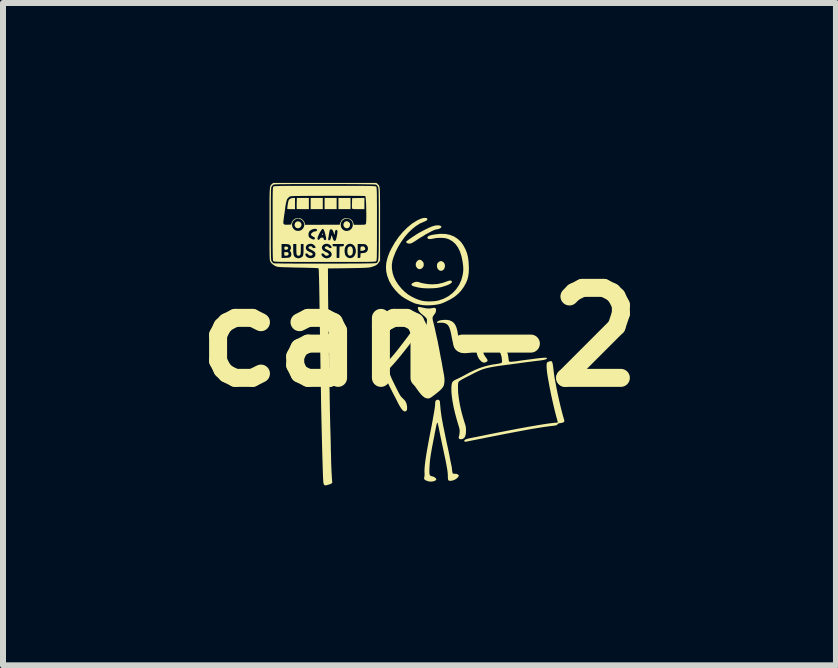
<source format=kicad_pcb>
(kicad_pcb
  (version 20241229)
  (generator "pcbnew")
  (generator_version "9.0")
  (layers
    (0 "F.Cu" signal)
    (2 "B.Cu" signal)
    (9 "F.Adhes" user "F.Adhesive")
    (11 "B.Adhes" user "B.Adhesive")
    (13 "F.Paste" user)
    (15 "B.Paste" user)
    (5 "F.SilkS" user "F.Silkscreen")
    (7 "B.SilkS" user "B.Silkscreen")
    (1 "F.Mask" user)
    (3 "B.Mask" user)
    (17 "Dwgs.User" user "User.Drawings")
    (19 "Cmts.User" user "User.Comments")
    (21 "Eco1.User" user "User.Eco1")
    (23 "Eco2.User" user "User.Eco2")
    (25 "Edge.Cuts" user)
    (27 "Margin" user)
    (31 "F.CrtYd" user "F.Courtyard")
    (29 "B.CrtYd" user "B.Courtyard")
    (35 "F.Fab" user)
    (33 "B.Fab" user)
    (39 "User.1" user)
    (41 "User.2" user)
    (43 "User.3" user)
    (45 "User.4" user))
  (footprint "can-2"
    (layer "F.Cu")
    (at 3.943 2.571)
    (property "Reference" "can-2" (at 0 0 0) (layer "F.SilkS") (effects (font (size 1.5 1.5) (thickness 0.3))))
    (attr board_only exclude_from_pos_files exclude_from_bom)
    (fp_poly (pts (xy -1.614 -1.726) (xy -1.612 -1.717) (xy -1.615 -1.705) (xy -1.62 -1.702) (xy -1.626 -1.708) (xy -1.627 -1.713) (xy -1.623 -1.725) (xy -1.62 -1.728)) (stroke (width 0) (type solid)) (fill yes) (layer "F.SilkS"))
    (fp_poly (pts (xy -1.612 -2.228) (xy -1.612 -2.135) (xy -1.713 -2.135) (xy -1.814 -2.135) (xy -1.814 -2.228) (xy -1.814 -2.321) (xy -1.713 -2.321) (xy -1.612 -2.321)) (stroke (width 0) (type solid)) (fill yes) (layer "F.SilkS"))
    (fp_poly (pts (xy -1.381 -2.228) (xy -1.381 -2.135) (xy -1.482 -2.135) (xy -1.582 -2.135) (xy -1.582 -2.228) (xy -1.582 -2.321) (xy -1.482 -2.321) (xy -1.381 -2.321)) (stroke (width 0) (type solid)) (fill yes) (layer "F.SilkS"))
    (fp_poly (pts (xy -1.149 -2.228) (xy -1.149 -2.135) (xy -1.25 -2.135) (xy -1.351 -2.135) (xy -1.351 -2.228) (xy -1.351 -2.321) (xy -1.25 -2.321) (xy -1.149 -2.321)) (stroke (width 0) (type solid)) (fill yes) (layer "F.SilkS"))
    (fp_poly (pts (xy -2.202 -1.507) (xy -2.19 -1.495) (xy -2.188 -1.481) (xy -2.197 -1.467) (xy -2.216 -1.458) (xy -2.223 -1.457) (xy -2.244 -1.459) (xy -2.251 -1.466) (xy -2.253 -1.482) (xy -2.253 -1.494) (xy -2.248 -1.506) (xy -2.236 -1.511) (xy -2.225 -1.511)) (stroke (width 0) (type solid)) (fill yes) (layer "F.SilkS"))
    (fp_poly (pts (xy -2.199 -1.417) (xy -2.189 -1.412) (xy -2.183 -1.402) (xy -2.183 -1.399) (xy -2.183 -1.378) (xy -2.195 -1.364) (xy -2.22 -1.359) (xy -2.225 -1.358) (xy -2.244 -1.359) (xy -2.252 -1.364) (xy -2.254 -1.378) (xy -2.254 -1.388) (xy -2.254 -1.418) (xy -2.221 -1.418)) (stroke (width 0) (type solid)) (fill yes) (layer "F.SilkS"))
    (fp_poly (pts (xy -0.933 -1.513) (xy -0.919 -1.505) (xy -0.915 -1.499) (xy -0.906 -1.483) (xy -0.903 -1.473) (xy -0.91 -1.457) (xy -0.928 -1.446) (xy -0.953 -1.441) (xy -0.956 -1.441) (xy -0.986 -1.441) (xy -0.984 -1.476) (xy -0.982 -1.497) (xy -0.977 -1.508) (xy -0.967 -1.512) (xy -0.954 -1.514)) (stroke (width 0) (type solid)) (fill yes) (layer "F.SilkS"))
    (fp_poly (pts (xy -0.918 -2.228) (xy -0.918 -2.135) (xy -1.019 -2.135) (xy -1.063 -2.135) (xy -1.093 -2.136) (xy -1.112 -2.139) (xy -1.122 -2.142) (xy -1.124 -2.145) (xy -1.125 -2.156) (xy -1.126 -2.178) (xy -1.126 -2.209) (xy -1.125 -2.236) (xy -1.123 -2.318) (xy -1.021 -2.32) (xy -0.918 -2.322)) (stroke (width 0) (type solid)) (fill yes) (layer "F.SilkS"))
    (fp_poly (pts (xy -1.99 -1.92) (xy -1.974 -1.902) (xy -1.967 -1.879) (xy -1.971 -1.855) (xy -1.985 -1.833) (xy -1.994 -1.826) (xy -2.015 -1.816) (xy -2.037 -1.817) (xy -2.05 -1.821) (xy -2.07 -1.836) (xy -2.081 -1.858) (xy -2.081 -1.882) (xy -2.073 -1.905) (xy -2.056 -1.923) (xy -2.04 -1.929) (xy -2.012 -1.93)) (stroke (width 0) (type solid)) (fill yes) (layer "F.SilkS"))
    (fp_poly (pts (xy -1.844 -2.228) (xy -1.844 -2.135) (xy -1.943 -2.135) (xy -1.98 -2.135) (xy -2.011 -2.136) (xy -2.034 -2.136) (xy -2.045 -2.138) (xy -2.046 -2.138) (xy -2.047 -2.146) (xy -2.047 -2.166) (xy -2.047 -2.195) (xy -2.047 -2.23) (xy -2.047 -2.231) (xy -2.044 -2.321) (xy -1.944 -2.321) (xy -1.844 -2.321)) (stroke (width 0) (type solid)) (fill yes) (layer "F.SilkS"))
    (fp_poly (pts (xy -1.195 -1.929) (xy -1.177 -1.918) (xy -1.177 -1.918) (xy -1.162 -1.902) (xy -1.157 -1.881) (xy -1.157 -1.873) (xy -1.163 -1.846) (xy -1.178 -1.826) (xy -1.2 -1.816) (xy -1.225 -1.817) (xy -1.248 -1.83) (xy -1.251 -1.832) (xy -1.265 -1.855) (xy -1.268 -1.881) (xy -1.261 -1.904) (xy -1.245 -1.923) (xy -1.221 -1.933) (xy -1.213 -1.933)) (stroke (width 0) (type solid)) (fill yes) (layer "F.SilkS"))
    (fp_poly (pts (xy 0.026 -1.285) (xy 0.047 -1.268) (xy 0.064 -1.247) (xy 0.07 -1.229) (xy 0.071 -1.197) (xy 0.061 -1.17) (xy 0.044 -1.15) (xy 0.021 -1.137) (xy -0.003 -1.134) (xy -0.027 -1.142) (xy -0.04 -1.153) (xy -0.054 -1.174) (xy -0.062 -1.195) (xy -0.062 -1.224) (xy -0.052 -1.252) (xy -0.033 -1.275) (xy -0.01 -1.289) (xy 0.005 -1.291)) (stroke (width 0) (type solid)) (fill yes) (layer "F.SilkS"))
    (fp_poly (pts (xy 0.391 -1.257) (xy 0.404 -1.246) (xy 0.42 -1.221) (xy 0.425 -1.193) (xy 0.422 -1.165) (xy 0.412 -1.14) (xy 0.395 -1.12) (xy 0.374 -1.108) (xy 0.35 -1.107) (xy 0.332 -1.113) (xy 0.307 -1.134) (xy 0.294 -1.162) (xy 0.291 -1.189) (xy 0.293 -1.214) (xy 0.3 -1.232) (xy 0.313 -1.247) (xy 0.339 -1.265) (xy 0.365 -1.269)) (stroke (width 0) (type solid)) (fill yes) (layer "F.SilkS"))
    (fp_poly (pts (xy -2.075 -2.228) (xy -2.075 -2.135) (xy -2.137 -2.135) (xy -2.166 -2.135) (xy -2.189 -2.136) (xy -2.202 -2.138) (xy -2.203 -2.139) (xy -2.204 -2.147) (xy -2.202 -2.166) (xy -2.199 -2.192) (xy -2.195 -2.22) (xy -2.19 -2.247) (xy -2.185 -2.269) (xy -2.183 -2.276) (xy -2.169 -2.298) (xy -2.144 -2.314) (xy -2.113 -2.321) (xy -2.108 -2.321) (xy -2.075 -2.321)) (stroke (width 0) (type solid)) (fill yes) (layer "F.SilkS"))
    (fp_poly (pts (xy -1.144 -1.513) (xy -1.125 -1.5) (xy -1.123 -1.496) (xy -1.114 -1.473) (xy -1.11 -1.443) (xy -1.112 -1.411) (xy -1.119 -1.384) (xy -1.123 -1.377) (xy -1.14 -1.362) (xy -1.161 -1.358) (xy -1.182 -1.366) (xy -1.19 -1.375) (xy -1.198 -1.396) (xy -1.202 -1.424) (xy -1.201 -1.454) (xy -1.197 -1.481) (xy -1.187 -1.5) (xy -1.187 -1.5) (xy -1.166 -1.513)) (stroke (width 0) (type solid)) (fill yes) (layer "F.SilkS"))
    (fp_poly (pts (xy 0.531 -0.94) (xy 0.541 -0.928) (xy 0.539 -0.913) (xy 0.523 -0.898) (xy 0.496 -0.881) (xy 0.459 -0.865) (xy 0.412 -0.849) (xy 0.359 -0.834) (xy 0.336 -0.829) (xy 0.286 -0.82) (xy 0.226 -0.816) (xy 0.161 -0.814) (xy 0.096 -0.815) (xy 0.035 -0.82) (xy -0.016 -0.828) (xy -0.019 -0.828) (xy -0.064 -0.839) (xy -0.097 -0.848) (xy -0.118 -0.857) (xy -0.13 -0.866) (xy -0.134 -0.876) (xy -0.134 -0.877) (xy -0.129 -0.891) (xy -0.111 -0.904) (xy -0.102 -0.909) (xy -0.068 -0.922) (xy -0.038 -0.924) (xy -0.004 -0.916) (xy -0.002 -0.915) (xy 0.035 -0.903) (xy 0.082 -0.894) (xy 0.134 -0.886) (xy 0.186 -0.882) (xy 0.219 -0.881) (xy 0.307 -0.887) (xy 0.39 -0.906) (xy 0.446 -0.926) (xy 0.485 -0.94) (xy 0.513 -0.945)) (stroke (width 0) (type solid)) (fill yes) (layer "F.SilkS"))
    (fp_poly (pts (xy 0.333 -1.863) (xy 0.354 -1.855) (xy 0.365 -1.841) (xy 0.366 -1.836) (xy 0.359 -1.826) (xy 0.344 -1.815) (xy 0.324 -1.805) (xy 0.304 -1.8) (xy 0.298 -1.799) (xy 0.272 -1.795) (xy 0.237 -1.782) (xy 0.197 -1.764) (xy 0.194 -1.762) (xy 0.144 -1.735) (xy 0.105 -1.714) (xy 0.079 -1.698) (xy 0.067 -1.69) (xy 0.055 -1.681) (xy 0.05 -1.679) (xy 0.042 -1.675) (xy 0.025 -1.665) (xy -0.001 -1.649) (xy -0.032 -1.629) (xy -0.045 -1.62) (xy -0.082 -1.596) (xy -0.11 -1.579) (xy -0.13 -1.568) (xy -0.146 -1.563) (xy -0.161 -1.56) (xy -0.168 -1.56) (xy -0.195 -1.563) (xy -0.212 -1.572) (xy -0.213 -1.572) (xy -0.221 -1.585) (xy -0.222 -1.593) (xy -0.214 -1.6) (xy -0.195 -1.615) (xy -0.166 -1.636) (xy -0.128 -1.662) (xy -0.081 -1.693) (xy -0.043 -1.718) (xy -0.01 -1.738) (xy 0.031 -1.76) (xy 0.076 -1.784) (xy 0.122 -1.807) (xy 0.164 -1.827) (xy 0.201 -1.843) (xy 0.225 -1.851) (xy 0.266 -1.862) (xy 0.302 -1.865)) (stroke (width 0) (type solid)) (fill yes) (layer "F.SilkS"))
    (fp_poly (pts (xy 0.034 -0.241) (xy 0.052 -0.225) (xy 0.06 -0.202) (xy 0.06 -0.201) (xy 0.055 -0.188) (xy 0.042 -0.165) (xy 0.022 -0.134) (xy -0.005 -0.095) (xy -0.038 -0.049) (xy -0.075 0.001) (xy -0.115 0.055) (xy -0.158 0.111) (xy -0.202 0.168) (xy -0.247 0.225) (xy -0.291 0.28) (xy -0.333 0.332) (xy -0.373 0.38) (xy -0.409 0.422) (xy -0.441 0.458) (xy -0.453 0.471) (xy -0.479 0.499) (xy -0.499 0.524) (xy -0.512 0.542) (xy -0.515 0.55) (xy -0.512 0.566) (xy -0.503 0.593) (xy -0.489 0.629) (xy -0.472 0.67) (xy -0.451 0.716) (xy -0.429 0.762) (xy -0.423 0.775) (xy -0.393 0.835) (xy -0.369 0.882) (xy -0.35 0.92) (xy -0.334 0.949) (xy -0.321 0.971) (xy -0.31 0.987) (xy -0.299 1) (xy -0.288 1.011) (xy -0.277 1.021) (xy -0.24 1.06) (xy -0.217 1.104) (xy -0.207 1.155) (xy -0.206 1.171) (xy -0.207 1.198) (xy -0.209 1.215) (xy -0.216 1.225) (xy -0.22 1.228) (xy -0.238 1.238) (xy -0.256 1.236) (xy -0.276 1.222) (xy -0.287 1.211) (xy -0.302 1.192) (xy -0.32 1.164) (xy -0.339 1.132) (xy -0.35 1.112) (xy -0.364 1.084) (xy -0.383 1.047) (xy -0.406 1.001) (xy -0.432 0.952) (xy -0.458 0.902) (xy -0.468 0.881) (xy -0.493 0.832) (xy -0.516 0.785) (xy -0.538 0.742) (xy -0.555 0.705) (xy -0.567 0.678) (xy -0.571 0.668) (xy -0.585 0.632) (xy -0.597 0.596) (xy -0.609 0.562) (xy -0.618 0.534) (xy -0.624 0.513) (xy -0.626 0.504) (xy -0.626 0.503) (xy -0.62 0.498) (xy -0.606 0.483) (xy -0.585 0.461) (xy -0.559 0.435) (xy -0.545 0.42) (xy -0.5 0.372) (xy -0.451 0.317) (xy -0.397 0.252) (xy -0.338 0.178) (xy -0.273 0.093) (xy -0.201 -0.002) (xy -0.122 -0.109) (xy -0.069 -0.182) (xy -0.048 -0.211) (xy -0.033 -0.229) (xy -0.022 -0.24) (xy -0.012 -0.245) (xy 0.00049 -0.246) (xy 0.007 -0.246)) (stroke (width 0) (type solid)) (fill yes) (layer "F.SilkS"))
    (fp_poly (pts (xy 0.005 -0.503) (xy 0.036 -0.496) (xy 0.048 -0.494) (xy 0.111 -0.481) (xy 0.166 -0.478) (xy 0.215 -0.485) (xy 0.221 -0.486) (xy 0.249 -0.49) (xy 0.266 -0.484) (xy 0.275 -0.467) (xy 0.276 -0.45) (xy 0.274 -0.428) (xy 0.266 -0.406) (xy 0.25 -0.382) (xy 0.237 -0.364) (xy 0.226 -0.349) (xy 0.22 -0.333) (xy 0.218 -0.314) (xy 0.221 -0.289) (xy 0.229 -0.254) (xy 0.234 -0.235) (xy 0.241 -0.209) (xy 0.249 -0.173) (xy 0.259 -0.134) (xy 0.265 -0.104) (xy 0.273 -0.067) (xy 0.281 -0.032) (xy 0.287 -0.004) (xy 0.291 0.011) (xy 0.297 0.04) (xy 0.306 0.081) (xy 0.315 0.13) (xy 0.326 0.183) (xy 0.336 0.238) (xy 0.343 0.276) (xy 0.35 0.314) (xy 0.357 0.35) (xy 0.363 0.38) (xy 0.366 0.396) (xy 0.37 0.416) (xy 0.376 0.448) (xy 0.382 0.485) (xy 0.388 0.519) (xy 0.395 0.558) (xy 0.402 0.595) (xy 0.408 0.626) (xy 0.411 0.644) (xy 0.417 0.697) (xy 0.416 0.749) (xy 0.408 0.794) (xy 0.406 0.803) (xy 0.395 0.826) (xy 0.379 0.849) (xy 0.355 0.875) (xy 0.322 0.905) (xy 0.279 0.94) (xy 0.244 0.967) (xy 0.212 0.991) (xy 0.189 1.007) (xy 0.172 1.016) (xy 0.157 1.021) (xy 0.143 1.022) (xy 0.14 1.022) (xy 0.103 1.015) (xy 0.082 1.004) (xy 0.06 0.987) (xy 0.037 0.966) (xy 0.033 0.962) (xy 0.015 0.941) (xy -0.008 0.912) (xy -0.034 0.877) (xy -0.06 0.84) (xy -0.085 0.804) (xy -0.106 0.771) (xy -0.122 0.745) (xy -0.129 0.732) (xy -0.136 0.716) (xy -0.139 0.701) (xy -0.139 0.685) (xy -0.134 0.665) (xy -0.125 0.639) (xy -0.11 0.604) (xy -0.093 0.567) (xy -0.079 0.535) (xy -0.066 0.506) (xy -0.056 0.484) (xy -0.052 0.474) (xy -0.046 0.457) (xy -0.036 0.429) (xy -0.025 0.393) (xy -0.012 0.353) (xy 0.001 0.311) (xy 0.013 0.27) (xy 0.023 0.235) (xy 0.025 0.228) (xy 0.042 0.162) (xy 0.059 0.094) (xy 0.074 0.026) (xy 0.088 -0.041) (xy 0.1 -0.104) (xy 0.11 -0.162) (xy 0.118 -0.213) (xy 0.123 -0.255) (xy 0.124 -0.285) (xy 0.123 -0.3) (xy 0.113 -0.318) (xy 0.089 -0.342) (xy 0.069 -0.359) (xy 0.034 -0.388) (xy 0.009 -0.411) (xy -0.007 -0.431) (xy -0.018 -0.451) (xy -0.023 -0.466) (xy -0.027 -0.486) (xy -0.025 -0.499) (xy -0.015 -0.504)) (stroke (width 0) (type solid)) (fill yes) (layer "F.SilkS"))
    (fp_poly (pts (xy 2.206 0.405) (xy 2.214 0.419) (xy 2.22 0.442) (xy 2.226 0.477) (xy 2.232 0.524) (xy 2.233 0.531) (xy 2.238 0.577) (xy 2.244 0.622) (xy 2.25 0.663) (xy 2.255 0.694) (xy 2.257 0.702) (xy 2.264 0.738) (xy 2.272 0.78) (xy 2.279 0.819) (xy 2.279 0.821) (xy 2.29 0.877) (xy 2.303 0.941) (xy 2.318 1.008) (xy 2.333 1.076) (xy 2.349 1.144) (xy 2.365 1.208) (xy 2.38 1.265) (xy 2.393 1.314) (xy 2.404 1.352) (xy 2.407 1.36) (xy 2.413 1.383) (xy 2.415 1.401) (xy 2.414 1.406) (xy 2.403 1.417) (xy 2.381 1.427) (xy 2.355 1.432) (xy 2.34 1.433) (xy 2.317 1.438) (xy 2.304 1.451) (xy 2.288 1.466) (xy 2.264 1.473) (xy 2.26 1.473) (xy 2.238 1.476) (xy 2.207 1.48) (xy 2.171 1.484) (xy 2.157 1.486) (xy 2.119 1.491) (xy 2.069 1.498) (xy 2.011 1.507) (xy 1.946 1.518) (xy 1.878 1.529) (xy 1.81 1.541) (xy 1.745 1.553) (xy 1.685 1.564) (xy 1.633 1.574) (xy 1.627 1.575) (xy 1.606 1.579) (xy 1.574 1.585) (xy 1.538 1.592) (xy 1.511 1.597) (xy 1.487 1.602) (xy 1.452 1.608) (xy 1.408 1.617) (xy 1.356 1.627) (xy 1.298 1.639) (xy 1.236 1.651) (xy 1.172 1.663) (xy 1.107 1.676) (xy 1.044 1.689) (xy 0.983 1.701) (xy 0.927 1.712) (xy 0.877 1.722) (xy 0.835 1.73) (xy 0.803 1.737) (xy 0.783 1.741) (xy 0.776 1.742) (xy 0.76 1.743) (xy 0.756 1.742) (xy 0.748 1.732) (xy 0.746 1.724) (xy 0.754 1.713) (xy 0.775 1.702) (xy 0.809 1.691) (xy 0.854 1.681) (xy 0.855 1.681) (xy 0.876 1.677) (xy 0.909 1.67) (xy 0.947 1.663) (xy 0.987 1.655) (xy 0.989 1.654) (xy 1.032 1.646) (xy 1.075 1.637) (xy 1.114 1.629) (xy 1.142 1.623) (xy 1.219 1.608) (xy 1.302 1.591) (xy 1.388 1.575) (xy 1.473 1.558) (xy 1.557 1.542) (xy 1.635 1.527) (xy 1.705 1.514) (xy 1.766 1.503) (xy 1.803 1.496) (xy 1.909 1.478) (xy 2.003 1.462) (xy 2.085 1.449) (xy 2.154 1.439) (xy 2.209 1.432) (xy 2.251 1.427) (xy 2.279 1.426) (xy 2.279 1.426) (xy 2.298 1.425) (xy 2.305 1.421) (xy 2.304 1.411) (xy 2.304 1.409) (xy 2.3 1.395) (xy 2.294 1.371) (xy 2.285 1.339) (xy 2.276 1.306) (xy 2.249 1.2) (xy 2.222 1.084) (xy 2.195 0.961) (xy 2.17 0.838) (xy 2.148 0.717) (xy 2.135 0.642) (xy 2.127 0.588) (xy 2.122 0.538) (xy 2.119 0.495) (xy 2.119 0.459) (xy 2.122 0.434) (xy 2.126 0.423) (xy 2.138 0.415) (xy 2.158 0.406) (xy 2.165 0.404) (xy 2.183 0.399) (xy 2.196 0.399)) (stroke (width 0) (type solid)) (fill yes) (layer "F.SilkS"))
    (fp_poly (pts (xy 0.12 -1.984) (xy 0.13 -1.976) (xy 0.132 -1.961) (xy 0.12 -1.946) (xy 0.094 -1.932) (xy 0.072 -1.923) (xy 0.007 -1.895) (xy -0.059 -1.853) (xy -0.125 -1.8) (xy -0.189 -1.738) (xy -0.249 -1.667) (xy -0.305 -1.589) (xy -0.355 -1.507) (xy -0.398 -1.422) (xy -0.432 -1.335) (xy -0.451 -1.272) (xy -0.461 -1.208) (xy -0.459 -1.138) (xy -0.447 -1.068) (xy -0.428 -1.007) (xy -0.396 -0.941) (xy -0.353 -0.875) (xy -0.302 -0.812) (xy -0.245 -0.755) (xy -0.188 -0.71) (xy -0.135 -0.678) (xy -0.076 -0.648) (xy -0.016 -0.624) (xy 0.034 -0.609) (xy 0.083 -0.6) (xy 0.14 -0.596) (xy 0.201 -0.597) (xy 0.26 -0.601) (xy 0.311 -0.61) (xy 0.316 -0.611) (xy 0.403 -0.641) (xy 0.482 -0.683) (xy 0.551 -0.735) (xy 0.611 -0.798) (xy 0.659 -0.869) (xy 0.696 -0.949) (xy 0.716 -1.02) (xy 0.725 -1.065) (xy 0.73 -1.107) (xy 0.73 -1.15) (xy 0.727 -1.198) (xy 0.72 -1.252) (xy 0.701 -1.346) (xy 0.675 -1.428) (xy 0.64 -1.498) (xy 0.598 -1.555) (xy 0.547 -1.6) (xy 0.488 -1.633) (xy 0.456 -1.644) (xy 0.418 -1.652) (xy 0.371 -1.656) (xy 0.321 -1.656) (xy 0.272 -1.652) (xy 0.243 -1.646) (xy 0.197 -1.637) (xy 0.164 -1.635) (xy 0.143 -1.641) (xy 0.135 -1.649) (xy 0.131 -1.664) (xy 0.139 -1.676) (xy 0.149 -1.684) (xy 0.162 -1.691) (xy 0.18 -1.697) (xy 0.206 -1.704) (xy 0.244 -1.711) (xy 0.257 -1.713) (xy 0.347 -1.723) (xy 0.43 -1.721) (xy 0.507 -1.706) (xy 0.577 -1.678) (xy 0.638 -1.638) (xy 0.692 -1.587) (xy 0.732 -1.53) (xy 0.766 -1.466) (xy 0.792 -1.401) (xy 0.809 -1.332) (xy 0.819 -1.256) (xy 0.823 -1.169) (xy 0.824 -1.157) (xy 0.822 -1.084) (xy 0.814 -1.02) (xy 0.8 -0.963) (xy 0.778 -0.909) (xy 0.747 -0.852) (xy 0.728 -0.822) (xy 0.687 -0.767) (xy 0.639 -0.718) (xy 0.584 -0.673) (xy 0.518 -0.632) (xy 0.441 -0.593) (xy 0.377 -0.565) (xy 0.335 -0.552) (xy 0.283 -0.542) (xy 0.225 -0.535) (xy 0.164 -0.531) (xy 0.105 -0.531) (xy 0.052 -0.535) (xy 0.015 -0.541) (xy -0.014 -0.548) (xy -0.041 -0.554) (xy -0.053 -0.556) (xy -0.073 -0.562) (xy -0.103 -0.574) (xy -0.139 -0.591) (xy -0.178 -0.611) (xy -0.217 -0.632) (xy -0.254 -0.653) (xy -0.284 -0.673) (xy -0.288 -0.675) (xy -0.349 -0.726) (xy -0.407 -0.788) (xy -0.459 -0.856) (xy -0.5 -0.927) (xy -0.508 -0.944) (xy -0.537 -1.02) (xy -0.554 -1.095) (xy -0.559 -1.171) (xy -0.552 -1.247) (xy -0.532 -1.327) (xy -0.5 -1.412) (xy -0.468 -1.478) (xy -0.411 -1.578) (xy -0.346 -1.672) (xy -0.275 -1.756) (xy -0.2 -1.831) (xy -0.122 -1.895) (xy -0.041 -1.945) (xy -0.012 -1.96) (xy 0.029 -1.977) (xy 0.066 -1.987) (xy 0.098 -1.989)) (stroke (width 0) (type solid)) (fill yes) (layer "F.SilkS"))
    (fp_poly (pts (xy 0.329 1.05) (xy 0.339 1.069) (xy 0.339 1.069) (xy 0.341 1.084) (xy 0.343 1.109) (xy 0.346 1.14) (xy 0.347 1.153) (xy 0.35 1.187) (xy 0.355 1.231) (xy 0.362 1.283) (xy 0.37 1.337) (xy 0.379 1.389) (xy 0.388 1.437) (xy 0.394 1.471) (xy 0.399 1.494) (xy 0.406 1.526) (xy 0.413 1.56) (xy 0.414 1.567) (xy 0.422 1.605) (xy 0.43 1.643) (xy 0.436 1.676) (xy 0.437 1.679) (xy 0.453 1.755) (xy 0.467 1.818) (xy 0.478 1.87) (xy 0.487 1.912) (xy 0.494 1.947) (xy 0.5 1.975) (xy 0.504 1.999) (xy 0.508 2.021) (xy 0.511 2.034) (xy 0.517 2.067) (xy 0.524 2.098) (xy 0.529 2.122) (xy 0.53 2.127) (xy 0.535 2.151) (xy 0.54 2.18) (xy 0.541 2.191) (xy 0.545 2.227) (xy 0.549 2.252) (xy 0.553 2.267) (xy 0.56 2.274) (xy 0.569 2.276) (xy 0.584 2.277) (xy 0.589 2.277) (xy 0.622 2.28) (xy 0.643 2.291) (xy 0.654 2.302) (xy 0.656 2.311) (xy 0.648 2.326) (xy 0.648 2.326) (xy 0.629 2.349) (xy 0.601 2.369) (xy 0.569 2.384) (xy 0.536 2.393) (xy 0.507 2.395) (xy 0.488 2.39) (xy 0.481 2.384) (xy 0.477 2.373) (xy 0.474 2.355) (xy 0.473 2.326) (xy 0.473 2.316) (xy 0.472 2.287) (xy 0.469 2.253) (xy 0.464 2.213) (xy 0.456 2.166) (xy 0.446 2.111) (xy 0.433 2.044) (xy 0.416 1.966) (xy 0.403 1.903) (xy 0.391 1.848) (xy 0.381 1.801) (xy 0.372 1.759) (xy 0.364 1.717) (xy 0.354 1.672) (xy 0.343 1.619) (xy 0.335 1.579) (xy 0.326 1.534) (xy 0.318 1.494) (xy 0.31 1.461) (xy 0.305 1.438) (xy 0.302 1.427) (xy 0.302 1.426) (xy 0.297 1.425) (xy 0.293 1.432) (xy 0.287 1.447) (xy 0.281 1.473) (xy 0.273 1.511) (xy 0.263 1.562) (xy 0.262 1.564) (xy 0.253 1.61) (xy 0.245 1.656) (xy 0.237 1.696) (xy 0.23 1.729) (xy 0.228 1.743) (xy 0.212 1.825) (xy 0.199 1.895) (xy 0.189 1.955) (xy 0.181 2.008) (xy 0.175 2.056) (xy 0.171 2.103) (xy 0.168 2.149) (xy 0.166 2.176) (xy 0.165 2.224) (xy 0.165 2.26) (xy 0.168 2.284) (xy 0.174 2.301) (xy 0.183 2.31) (xy 0.197 2.316) (xy 0.21 2.319) (xy 0.235 2.326) (xy 0.257 2.339) (xy 0.274 2.354) (xy 0.281 2.369) (xy 0.28 2.374) (xy 0.268 2.388) (xy 0.245 2.399) (xy 0.215 2.406) (xy 0.184 2.408) (xy 0.154 2.404) (xy 0.153 2.404) (xy 0.115 2.392) (xy 0.09 2.378) (xy 0.078 2.363) (xy 0.077 2.345) (xy 0.08 2.335) (xy 0.084 2.313) (xy 0.085 2.283) (xy 0.084 2.263) (xy 0.083 2.228) (xy 0.085 2.183) (xy 0.09 2.128) (xy 0.098 2.062) (xy 0.109 1.985) (xy 0.124 1.895) (xy 0.142 1.794) (xy 0.163 1.679) (xy 0.188 1.551) (xy 0.196 1.508) (xy 0.205 1.465) (xy 0.212 1.425) (xy 0.22 1.383) (xy 0.228 1.336) (xy 0.238 1.282) (xy 0.249 1.216) (xy 0.25 1.212) (xy 0.255 1.176) (xy 0.259 1.142) (xy 0.261 1.114) (xy 0.261 1.107) (xy 0.263 1.08) (xy 0.268 1.063) (xy 0.279 1.052) (xy 0.289 1.046) (xy 0.31 1.042)) (stroke (width 0) (type solid)) (fill yes) (layer "F.SilkS"))
    (fp_poly (pts (xy 0.463 -0.288) (xy 0.497 -0.282) (xy 0.502 -0.28) (xy 0.542 -0.263) (xy 0.574 -0.237) (xy 0.599 -0.201) (xy 0.619 -0.153) (xy 0.634 -0.094) (xy 0.638 -0.066) (xy 0.648 -0.006) (xy 0.657 0.04) (xy 0.667 0.078) (xy 0.678 0.107) (xy 0.691 0.132) (xy 0.707 0.155) (xy 0.72 0.171) (xy 0.743 0.191) (xy 0.768 0.208) (xy 0.777 0.213) (xy 0.794 0.22) (xy 0.808 0.223) (xy 0.823 0.221) (xy 0.847 0.214) (xy 0.85 0.212) (xy 0.882 0.198) (xy 0.906 0.181) (xy 0.911 0.176) (xy 0.94 0.143) (xy 0.966 0.117) (xy 0.992 0.098) (xy 1.019 0.084) (xy 1.051 0.074) (xy 1.09 0.068) (xy 1.138 0.065) (xy 1.198 0.064) (xy 1.217 0.064) (xy 1.253 0.065) (xy 1.278 0.067) (xy 1.298 0.071) (xy 1.316 0.079) (xy 1.32 0.081) (xy 1.371 0.116) (xy 1.414 0.163) (xy 1.449 0.218) (xy 1.472 0.28) (xy 1.482 0.336) (xy 1.486 0.37) (xy 1.489 0.391) (xy 1.494 0.404) (xy 1.502 0.409) (xy 1.515 0.41) (xy 1.522 0.411) (xy 1.543 0.409) (xy 1.573 0.406) (xy 1.607 0.402) (xy 1.621 0.4) (xy 1.662 0.394) (xy 1.707 0.387) (xy 1.748 0.382) (xy 1.754 0.381) (xy 1.785 0.377) (xy 1.827 0.372) (xy 1.873 0.366) (xy 1.919 0.36) (xy 1.929 0.358) (xy 1.989 0.351) (xy 2.036 0.346) (xy 2.071 0.343) (xy 2.096 0.342) (xy 2.112 0.343) (xy 2.121 0.346) (xy 2.125 0.351) (xy 2.125 0.351) (xy 2.121 0.362) (xy 2.102 0.371) (xy 2.069 0.38) (xy 2.022 0.387) (xy 2.015 0.388) (xy 1.979 0.392) (xy 1.931 0.398) (xy 1.877 0.405) (xy 1.821 0.412) (xy 1.765 0.419) (xy 1.716 0.426) (xy 1.675 0.431) (xy 1.665 0.433) (xy 1.637 0.437) (xy 1.6 0.442) (xy 1.558 0.447) (xy 1.526 0.452) (xy 1.432 0.464) (xy 1.352 0.475) (xy 1.282 0.485) (xy 1.223 0.495) (xy 1.172 0.505) (xy 1.128 0.514) (xy 1.088 0.525) (xy 1.052 0.536) (xy 1.018 0.549) (xy 0.984 0.564) (xy 0.948 0.581) (xy 0.909 0.6) (xy 0.903 0.604) (xy 0.861 0.625) (xy 0.813 0.65) (xy 0.767 0.673) (xy 0.746 0.684) (xy 0.714 0.701) (xy 0.686 0.718) (xy 0.665 0.732) (xy 0.655 0.74) (xy 0.649 0.749) (xy 0.646 0.762) (xy 0.643 0.781) (xy 0.642 0.81) (xy 0.642 0.851) (xy 0.642 0.852) (xy 0.645 0.931) (xy 0.656 1.021) (xy 0.672 1.118) (xy 0.694 1.22) (xy 0.721 1.323) (xy 0.752 1.425) (xy 0.761 1.451) (xy 0.772 1.494) (xy 0.776 1.544) (xy 0.776 1.558) (xy 0.773 1.612) (xy 0.762 1.653) (xy 0.744 1.681) (xy 0.718 1.697) (xy 0.693 1.702) (xy 0.67 1.699) (xy 0.658 1.689) (xy 0.657 1.687) (xy 0.653 1.668) (xy 0.657 1.657) (xy 0.662 1.641) (xy 0.666 1.617) (xy 0.669 1.591) (xy 0.67 1.565) (xy 0.669 1.541) (xy 0.663 1.515) (xy 0.654 1.481) (xy 0.649 1.467) (xy 0.618 1.362) (xy 0.591 1.26) (xy 0.568 1.161) (xy 0.551 1.069) (xy 0.539 0.984) (xy 0.532 0.908) (xy 0.532 0.844) (xy 0.532 0.831) (xy 0.536 0.792) (xy 0.542 0.763) (xy 0.553 0.743) (xy 0.57 0.726) (xy 0.598 0.711) (xy 0.623 0.699) (xy 0.659 0.682) (xy 0.697 0.663) (xy 0.73 0.646) (xy 0.739 0.641) (xy 0.831 0.591) (xy 0.915 0.551) (xy 0.993 0.518) (xy 1.07 0.492) (xy 1.147 0.471) (xy 1.227 0.455) (xy 1.25 0.452) (xy 1.296 0.445) (xy 1.33 0.439) (xy 1.352 0.434) (xy 1.366 0.428) (xy 1.374 0.421) (xy 1.376 0.41) (xy 1.376 0.396) (xy 1.375 0.382) (xy 1.368 0.326) (xy 1.352 0.273) (xy 1.328 0.226) (xy 1.299 0.187) (xy 1.264 0.158) (xy 1.226 0.139) (xy 1.193 0.134) (xy 1.151 0.14) (xy 1.116 0.156) (xy 1.088 0.181) (xy 1.07 0.211) (xy 1.064 0.246) (xy 1.068 0.271) (xy 1.076 0.29) (xy 1.091 0.314) (xy 1.108 0.339) (xy 1.127 0.365) (xy 1.135 0.384) (xy 1.133 0.398) (xy 1.121 0.409) (xy 1.112 0.415) (xy 1.085 0.424) (xy 1.06 0.422) (xy 1.034 0.407) (xy 1.025 0.399) (xy 0.992 0.362) (xy 0.968 0.315) (xy 0.957 0.276) (xy 0.951 0.252) (xy 0.941 0.238) (xy 0.925 0.234) (xy 0.9 0.238) (xy 0.876 0.246) (xy 0.82 0.261) (xy 0.768 0.267) (xy 0.722 0.265) (xy 0.686 0.256) (xy 0.648 0.236) (xy 0.617 0.21) (xy 0.592 0.177) (xy 0.572 0.136) (xy 0.555 0.084) (xy 0.541 0.019) (xy 0.535 -0.013) (xy 0.523 -0.076) (xy 0.51 -0.126) (xy 0.496 -0.165) (xy 0.479 -0.194) (xy 0.462 -0.213) (xy 0.431 -0.231) (xy 0.39 -0.241) (xy 0.341 -0.241) (xy 0.314 -0.239) (xy 0.299 -0.239) (xy 0.292 -0.242) (xy 0.292 -0.249) (xy 0.292 -0.25) (xy 0.302 -0.263) (xy 0.323 -0.274) (xy 0.353 -0.282) (xy 0.388 -0.287) (xy 0.426 -0.289)) (stroke (width 0) (type solid)) (fill yes) (layer "F.SilkS"))
    (fp_poly (pts (xy -0.698 -2.553) (xy -0.691 -2.546) (xy -0.684 -2.54) (xy -0.679 -2.534) (xy -0.674 -2.526) (xy -0.67 -2.516) (xy -0.667 -2.502) (xy -0.664 -2.484) (xy -0.662 -2.46) (xy -0.66 -2.431) (xy -0.659 -2.394) (xy -0.658 -2.348) (xy -0.658 -2.293) (xy -0.657 -2.228) (xy -0.657 -2.152) (xy -0.657 -2.063) (xy -0.657 -1.961) (xy -0.657 -1.887) (xy -0.657 -1.279) (xy -0.679 -1.244) (xy -0.698 -1.22) (xy -0.721 -1.201) (xy -0.752 -1.186) (xy -0.793 -1.173) (xy -0.81 -1.168) (xy -0.824 -1.165) (xy -0.841 -1.162) (xy -0.862 -1.16) (xy -0.888 -1.158) (xy -0.921 -1.156) (xy -0.961 -1.155) (xy -1.012 -1.153) (xy -1.074 -1.152) (xy -1.148 -1.151) (xy -1.194 -1.15) (xy -1.526 -1.146) (xy -1.524 -0.795) (xy -1.524 -0.728) (xy -1.523 -0.649) (xy -1.522 -0.559) (xy -1.521 -0.461) (xy -1.519 -0.356) (xy -1.518 -0.247) (xy -1.516 -0.137) (xy -1.514 -0.027) (xy -1.513 0.081) (xy -1.511 0.157) (xy -1.51 0.258) (xy -1.508 0.362) (xy -1.506 0.466) (xy -1.504 0.567) (xy -1.503 0.665) (xy -1.501 0.757) (xy -1.5 0.842) (xy -1.498 0.917) (xy -1.497 0.981) (xy -1.497 1.026) (xy -1.495 1.104) (xy -1.494 1.191) (xy -1.492 1.283) (xy -1.49 1.375) (xy -1.488 1.462) (xy -1.486 1.54) (xy -1.485 1.553) (xy -1.483 1.625) (xy -1.481 1.704) (xy -1.479 1.784) (xy -1.478 1.862) (xy -1.476 1.934) (xy -1.474 1.996) (xy -1.474 2.008) (xy -1.473 2.068) (xy -1.471 2.131) (xy -1.468 2.192) (xy -1.466 2.248) (xy -1.463 2.295) (xy -1.462 2.317) (xy -1.454 2.428) (xy -1.471 2.441) (xy -1.486 2.449) (xy -1.511 2.457) (xy -1.538 2.465) (xy -1.563 2.47) (xy -1.575 2.471) (xy -1.583 2.466) (xy -1.592 2.457) (xy -1.596 2.451) (xy -1.599 2.441) (xy -1.601 2.426) (xy -1.604 2.404) (xy -1.606 2.372) (xy -1.608 2.331) (xy -1.61 2.277) (xy -1.612 2.22) (xy -1.615 2.109) (xy -1.619 1.997) (xy -1.622 1.884) (xy -1.625 1.767) (xy -1.628 1.647) (xy -1.631 1.522) (xy -1.634 1.392) (xy -1.637 1.255) (xy -1.64 1.111) (xy -1.642 0.958) (xy -1.645 0.796) (xy -1.648 0.624) (xy -1.651 0.44) (xy -1.654 0.244) (xy -1.657 0.035) (xy -1.661 -0.172) (xy -1.663 -0.318) (xy -1.665 -0.449) (xy -1.667 -0.567) (xy -1.668 -0.672) (xy -1.67 -0.765) (xy -1.671 -0.846) (xy -1.673 -0.915) (xy -1.674 -0.975) (xy -1.676 -1.024) (xy -1.677 -1.064) (xy -1.678 -1.096) (xy -1.679 -1.119) (xy -1.681 -1.136) (xy -1.682 -1.145) (xy -1.683 -1.149) (xy -1.691 -1.15) (xy -1.712 -1.152) (xy -1.745 -1.153) (xy -1.789 -1.155) (xy -1.841 -1.156) (xy -1.9 -1.158) (xy -1.965 -1.159) (xy -2.006 -1.16) (xy -2.075 -1.161) (xy -2.14 -1.163) (xy -2.201 -1.165) (xy -2.255 -1.166) (xy -2.299 -1.168) (xy -2.334 -1.17) (xy -2.356 -1.172) (xy -2.362 -1.172) (xy -2.401 -1.185) (xy -2.438 -1.207) (xy -2.469 -1.234) (xy -2.485 -1.258) (xy -2.488 -1.264) (xy -2.491 -1.271) (xy -2.493 -1.279) (xy -2.494 -1.289) (xy -2.496 -1.304) (xy -2.497 -1.323) (xy -2.498 -1.348) (xy -2.499 -1.379) (xy -2.499 -1.419) (xy -2.5 -1.466) (xy -2.5 -1.524) (xy -2.5 -1.593) (xy -2.5 -1.673) (xy -2.5 -1.766) (xy -2.5 -1.873) (xy -2.5 -1.887) (xy -2.5 -1.909) (xy -2.478 -1.909) (xy -2.478 -1.888) (xy -2.478 -1.78) (xy -2.478 -1.685) (xy -2.478 -1.603) (xy -2.478 -1.533) (xy -2.477 -1.474) (xy -2.477 -1.425) (xy -2.476 -1.384) (xy -2.476 -1.352) (xy -2.475 -1.327) (xy -2.474 -1.307) (xy -2.472 -1.293) (xy -2.471 -1.282) (xy -2.469 -1.275) (xy -2.466 -1.269) (xy -2.464 -1.264) (xy -2.463 -1.263) (xy -2.449 -1.245) (xy -2.433 -1.233) (xy -2.431 -1.232) (xy -2.422 -1.231) (xy -2.398 -1.23) (xy -2.361 -1.23) (xy -2.313 -1.229) (xy -2.252 -1.228) (xy -2.182 -1.228) (xy -2.102 -1.227) (xy -2.014 -1.227) (xy -1.918 -1.227) (xy -1.816 -1.227) (xy -1.708 -1.226) (xy -1.595 -1.227) (xy -1.57 -1.227) (xy -1.439 -1.227) (xy -1.321 -1.227) (xy -1.217 -1.227) (xy -1.125 -1.228) (xy -1.045 -1.228) (xy -0.976 -1.228) (xy -0.917 -1.229) (xy -0.867 -1.23) (xy -0.826 -1.23) (xy -0.793 -1.231) (xy -0.767 -1.232) (xy -0.747 -1.233) (xy -0.732 -1.234) (xy -0.722 -1.236) (xy -0.716 -1.237) (xy -0.713 -1.239) (xy -0.707 -1.244) (xy -0.702 -1.249) (xy -0.697 -1.256) (xy -0.693 -1.265) (xy -0.69 -1.277) (xy -0.687 -1.293) (xy -0.685 -1.315) (xy -0.683 -1.343) (xy -0.682 -1.378) (xy -0.681 -1.421) (xy -0.68 -1.473) (xy -0.68 -1.535) (xy -0.679 -1.609) (xy -0.679 -1.694) (xy -0.679 -1.793) (xy -0.679 -1.89) (xy -0.679 -1.998) (xy -0.679 -2.093) (xy -0.679 -2.174) (xy -0.68 -2.244) (xy -0.68 -2.303) (xy -0.681 -2.352) (xy -0.681 -2.392) (xy -0.682 -2.424) (xy -0.683 -2.449) (xy -0.684 -2.468) (xy -0.686 -2.483) (xy -0.687 -2.493) (xy -0.689 -2.501) (xy -0.692 -2.507) (xy -0.692 -2.508) (xy -0.706 -2.528) (xy -0.722 -2.542) (xy -0.724 -2.543) (xy -0.734 -2.544) (xy -0.758 -2.546) (xy -0.794 -2.547) (xy -0.842 -2.548) (xy -0.9 -2.549) (xy -0.967 -2.55) (xy -1.043 -2.551) (xy -1.124 -2.551) (xy -1.212 -2.552) (xy -1.304 -2.552) (xy -1.399 -2.553) (xy -1.497 -2.553) (xy -1.595 -2.553) (xy -1.693 -2.553) (xy -1.79 -2.553) (xy -1.884 -2.553) (xy -1.974 -2.553) (xy -2.06 -2.552) (xy -2.139 -2.552) (xy -2.212 -2.551) (xy -2.276 -2.55) (xy -2.33 -2.55) (xy -2.374 -2.549) (xy -2.406 -2.547) (xy -2.425 -2.546) (xy -2.429 -2.545) (xy -2.446 -2.534) (xy -2.461 -2.516) (xy -2.463 -2.514) (xy -2.466 -2.509) (xy -2.468 -2.503) (xy -2.47 -2.496) (xy -2.472 -2.486) (xy -2.473 -2.472) (xy -2.475 -2.454) (xy -2.476 -2.43) (xy -2.476 -2.399) (xy -2.477 -2.36) (xy -2.477 -2.313) (xy -2.478 -2.255) (xy -2.478 -2.187) (xy -2.478 -2.108) (xy -2.478 -2.015) (xy -2.478 -1.909) (xy -2.5 -1.909) (xy -2.5 -1.998) (xy -2.5 -2.096) (xy -2.5 -2.18) (xy -2.5 -2.253) (xy -2.5 -2.314) (xy -2.499 -2.365) (xy -2.498 -2.408) (xy -2.496 -2.442) (xy -2.494 -2.47) (xy -2.492 -2.491) (xy -2.489 -2.508) (xy -2.485 -2.52) (xy -2.481 -2.53) (xy -2.476 -2.537) (xy -2.47 -2.544) (xy -2.463 -2.55) (xy -2.46 -2.553) (xy -2.44 -2.571) (xy -1.579 -2.571) (xy -0.718 -2.571)) (stroke (width 0) (type solid)) (fill yes) (layer "F.SilkS"))
    (fp_poly (pts (xy -1.447 -2.523) (xy -1.331 -2.523) (xy -1.228 -2.523) (xy -1.138 -2.523) (xy -1.059 -2.522) (xy -0.991 -2.522) (xy -0.933 -2.522) (xy -0.884 -2.521) (xy -0.844 -2.521) (xy -0.811 -2.52) (xy -0.785 -2.519) (xy -0.764 -2.518) (xy -0.749 -2.517) (xy -0.738 -2.516) (xy -0.731 -2.514) (xy -0.726 -2.512) (xy -0.723 -2.51) (xy -0.721 -2.509) (xy -0.719 -2.506) (xy -0.717 -2.5) (xy -0.716 -2.491) (xy -0.714 -2.478) (xy -0.713 -2.461) (xy -0.712 -2.436) (xy -0.711 -2.405) (xy -0.71 -2.366) (xy -0.71 -2.318) (xy -0.71 -2.26) (xy -0.709 -2.192) (xy -0.709 -2.111) (xy -0.709 -2.018) (xy -0.709 -1.91) (xy -0.709 -1.887) (xy -0.709 -1.777) (xy -0.709 -1.682) (xy -0.709 -1.599) (xy -0.709 -1.528) (xy -0.71 -1.469) (xy -0.71 -1.419) (xy -0.711 -1.379) (xy -0.711 -1.346) (xy -0.712 -1.321) (xy -0.714 -1.302) (xy -0.715 -1.289) (xy -0.716 -1.279) (xy -0.718 -1.273) (xy -0.721 -1.269) (xy -0.723 -1.266) (xy -0.726 -1.264) (xy -0.731 -1.263) (xy -0.739 -1.261) (xy -0.75 -1.26) (xy -0.766 -1.259) (xy -0.787 -1.258) (xy -0.815 -1.257) (xy -0.849 -1.256) (xy -0.891 -1.256) (xy -0.942 -1.255) (xy -1.002 -1.255) (xy -1.072 -1.254) (xy -1.153 -1.254) (xy -1.246 -1.254) (xy -1.352 -1.254) (xy -1.471 -1.254) (xy -1.58 -1.254) (xy -1.71 -1.254) (xy -1.826 -1.254) (xy -1.929 -1.254) (xy -2.02 -1.254) (xy -2.099 -1.254) (xy -2.166 -1.255) (xy -2.224 -1.255) (xy -2.273 -1.255) (xy -2.314 -1.256) (xy -2.347 -1.257) (xy -2.373 -1.258) (xy -2.393 -1.259) (xy -2.408 -1.26) (xy -2.419 -1.261) (xy -2.427 -1.263) (xy -2.431 -1.264) (xy -2.434 -1.266) (xy -2.436 -1.268) (xy -2.438 -1.271) (xy -2.44 -1.277) (xy -2.442 -1.285) (xy -2.443 -1.298) (xy -2.444 -1.316) (xy -2.445 -1.34) (xy -2.446 -1.371) (xy -2.447 -1.41) (xy -2.447 -1.436) (xy -2.299 -1.436) (xy -2.299 -1.32) (xy -2.231 -1.322) (xy -2.198 -1.324) (xy -2.177 -1.326) (xy -2.163 -1.331) (xy -2.154 -1.337) (xy -2.149 -1.342) (xy -2.137 -1.367) (xy -2.136 -1.394) (xy -2.144 -1.419) (xy -2.15 -1.426) (xy -2.16 -1.438) (xy -2.16 -1.447) (xy -2.154 -1.455) (xy -2.148 -1.466) (xy -2.105 -1.466) (xy -2.104 -1.419) (xy -2.1 -1.383) (xy -2.093 -1.358) (xy -2.082 -1.341) (xy -2.066 -1.328) (xy -2.058 -1.325) (xy -2.031 -1.316) (xy -2.007 -1.316) (xy -1.982 -1.324) (xy -1.963 -1.334) (xy -1.95 -1.345) (xy -1.941 -1.362) (xy -1.937 -1.383) (xy -1.903 -1.383) (xy -1.897 -1.358) (xy -1.879 -1.338) (xy -1.853 -1.324) (xy -1.823 -1.317) (xy -1.791 -1.319) (xy -1.762 -1.329) (xy -1.758 -1.332) (xy -1.741 -1.351) (xy -1.734 -1.376) (xy -1.735 -1.383) (xy -1.635 -1.383) (xy -1.628 -1.36) (xy -1.61 -1.34) (xy -1.585 -1.323) (xy -1.556 -1.315) (xy -1.547 -1.314) (xy -1.528 -1.317) (xy -1.506 -1.324) (xy -1.504 -1.324) (xy -1.479 -1.342) (xy -1.465 -1.365) (xy -1.464 -1.392) (xy -1.477 -1.419) (xy -1.478 -1.42) (xy -1.493 -1.434) (xy -1.516 -1.448) (xy -1.534 -1.456) (xy -1.556 -1.467) (xy -1.573 -1.477) (xy -1.578 -1.484) (xy -1.578 -1.499) (xy -1.568 -1.509) (xy -1.551 -1.515) (xy -1.534 -1.514) (xy -1.519 -1.506) (xy -1.515 -1.5) (xy -1.5 -1.488) (xy -1.485 -1.485) (xy -1.468 -1.489) (xy -1.464 -1.499) (xy -1.472 -1.517) (xy -1.478 -1.524) (xy -1.488 -1.534) (xy -1.448 -1.534) (xy -1.447 -1.522) (xy -1.44 -1.517) (xy -1.423 -1.515) (xy -1.414 -1.515) (xy -1.381 -1.515) (xy -1.381 -1.418) (xy -1.381 -1.321) (xy -1.359 -1.321) (xy -1.337 -1.321) (xy -1.334 -1.416) (xy -1.334 -1.439) (xy -1.249 -1.439) (xy -1.246 -1.402) (xy -1.237 -1.37) (xy -1.235 -1.365) (xy -1.211 -1.337) (xy -1.182 -1.321) (xy -1.15 -1.317) (xy -1.119 -1.326) (xy -1.092 -1.346) (xy -1.072 -1.379) (xy -1.061 -1.418) (xy -1.062 -1.437) (xy -1.03 -1.437) (xy -1.03 -1.321) (xy -1.008 -1.321) (xy -0.995 -1.322) (xy -0.988 -1.327) (xy -0.985 -1.34) (xy -0.984 -1.36) (xy -0.982 -1.399) (xy -0.938 -1.403) (xy -0.91 -1.407) (xy -0.892 -1.414) (xy -0.879 -1.425) (xy -0.876 -1.428) (xy -0.861 -1.457) (xy -0.858 -1.488) (xy -0.869 -1.517) (xy -0.88 -1.531) (xy -0.892 -1.541) (xy -0.903 -1.548) (xy -0.918 -1.551) (xy -0.941 -1.552) (xy -0.966 -1.553) (xy -1.03 -1.553) (xy -1.03 -1.437) (xy -1.062 -1.437) (xy -1.062 -1.459) (xy -1.073 -1.498) (xy -1.092 -1.528) (xy -1.121 -1.549) (xy -1.152 -1.558) (xy -1.184 -1.553) (xy -1.213 -1.537) (xy -1.235 -1.508) (xy -1.236 -1.506) (xy -1.246 -1.476) (xy -1.249 -1.439) (xy -1.334 -1.439) (xy -1.332 -1.511) (xy -1.297 -1.514) (xy -1.275 -1.516) (xy -1.265 -1.52) (xy -1.262 -1.529) (xy -1.261 -1.534) (xy -1.261 -1.553) (xy -1.355 -1.553) (xy -1.448 -1.553) (xy -1.448 -1.534) (xy -1.488 -1.534) (xy -1.501 -1.545) (xy -1.53 -1.556) (xy -1.559 -1.557) (xy -1.587 -1.55) (xy -1.609 -1.534) (xy -1.624 -1.511) (xy -1.627 -1.49) (xy -1.62 -1.464) (xy -1.6 -1.442) (xy -1.566 -1.422) (xy -1.551 -1.416) (xy -1.525 -1.402) (xy -1.512 -1.387) (xy -1.511 -1.373) (xy -1.523 -1.363) (xy -1.546 -1.358) (xy -1.55 -1.358) (xy -1.57 -1.361) (xy -1.581 -1.372) (xy -1.584 -1.377) (xy -1.595 -1.39) (xy -1.61 -1.396) (xy -1.625 -1.396) (xy -1.634 -1.388) (xy -1.635 -1.383) (xy -1.735 -1.383) (xy -1.737 -1.403) (xy -1.743 -1.415) (xy -1.756 -1.428) (xy -1.779 -1.444) (xy -1.803 -1.456) (xy -1.831 -1.471) (xy -1.847 -1.482) (xy -1.851 -1.492) (xy -1.845 -1.506) (xy -1.83 -1.514) (xy -1.811 -1.516) (xy -1.795 -1.512) (xy -1.786 -1.5) (xy -1.779 -1.489) (xy -1.762 -1.485) (xy -1.757 -1.485) (xy -1.738 -1.488) (xy -1.732 -1.497) (xy -1.739 -1.513) (xy -1.751 -1.529) (xy -1.777 -1.55) (xy -1.81 -1.558) (xy -1.847 -1.553) (xy -1.847 -1.553) (xy -1.875 -1.537) (xy -1.892 -1.513) (xy -1.896 -1.488) (xy -1.889 -1.463) (xy -1.867 -1.44) (xy -1.831 -1.42) (xy -1.819 -1.416) (xy -1.798 -1.406) (xy -1.784 -1.395) (xy -1.781 -1.391) (xy -1.781 -1.376) (xy -1.791 -1.365) (xy -1.808 -1.36) (xy -1.827 -1.36) (xy -1.844 -1.366) (xy -1.855 -1.379) (xy -1.865 -1.391) (xy -1.88 -1.396) (xy -1.895 -1.395) (xy -1.903 -1.386) (xy -1.903 -1.383) (xy -1.937 -1.383) (xy -1.936 -1.385) (xy -1.934 -1.419) (xy -1.933 -1.461) (xy -1.933 -1.553) (xy -1.956 -1.553) (xy -1.978 -1.553) (xy -1.978 -1.47) (xy -1.979 -1.426) (xy -1.981 -1.395) (xy -1.986 -1.375) (xy -1.994 -1.364) (xy -2.007 -1.359) (xy -2.014 -1.358) (xy -2.029 -1.36) (xy -2.04 -1.365) (xy -2.047 -1.377) (xy -2.051 -1.397) (xy -2.052 -1.428) (xy -2.053 -1.464) (xy -2.053 -1.553) (xy -2.079 -1.553) (xy -2.105 -1.553) (xy -2.105 -1.466) (xy -2.148 -1.466) (xy -2.143 -1.477) (xy -2.143 -1.503) (xy -2.152 -1.527) (xy -2.162 -1.537) (xy -2.175 -1.545) (xy -2.192 -1.55) (xy -2.216 -1.552) (xy -2.24 -1.553) (xy -2.299 -1.553) (xy -2.299 -1.436) (xy -2.447 -1.436) (xy -2.447 -1.458) (xy -2.448 -1.516) (xy -2.448 -1.585) (xy -2.448 -1.666) (xy -2.448 -1.71) (xy -1.851 -1.71) (xy -1.847 -1.681) (xy -1.843 -1.671) (xy -1.832 -1.659) (xy -1.812 -1.646) (xy -1.789 -1.635) (xy -1.77 -1.628) (xy -1.764 -1.627) (xy -1.753 -1.632) (xy -1.747 -1.638) (xy -1.746 -1.64) (xy -1.7 -1.64) (xy -1.693 -1.625) (xy -1.681 -1.622) (xy -1.668 -1.631) (xy -1.662 -1.639) (xy -1.649 -1.654) (xy -1.631 -1.661) (xy -1.613 -1.659) (xy -1.601 -1.649) (xy -1.6 -1.646) (xy -1.591 -1.624) (xy -1.579 -1.617) (xy -1.566 -1.62) (xy -1.556 -1.629) (xy -1.556 -1.631) (xy -1.522 -1.631) (xy -1.519 -1.62) (xy -1.511 -1.615) (xy -1.496 -1.616) (xy -1.484 -1.631) (xy -1.475 -1.659) (xy -1.474 -1.67) (xy -1.469 -1.69) (xy -1.465 -1.696) (xy -1.459 -1.688) (xy -1.451 -1.665) (xy -1.449 -1.657) (xy -1.438 -1.627) (xy -1.427 -1.61) (xy -1.415 -1.605) (xy -1.414 -1.605) (xy -1.402 -1.61) (xy -1.397 -1.614) (xy -1.392 -1.627) (xy -1.385 -1.65) (xy -1.379 -1.679) (xy -1.373 -1.71) (xy -1.369 -1.739) (xy -1.367 -1.761) (xy -1.367 -1.767) (xy -1.374 -1.784) (xy -1.386 -1.79) (xy -1.398 -1.784) (xy -1.402 -1.778) (xy -1.408 -1.761) (xy -1.412 -1.738) (xy -1.412 -1.736) (xy -1.415 -1.719) (xy -1.42 -1.71) (xy -1.424 -1.711) (xy -1.426 -1.724) (xy -1.429 -1.74) (xy -1.437 -1.762) (xy -1.441 -1.77) (xy -1.452 -1.789) (xy -1.463 -1.797) (xy -1.476 -1.797) (xy -1.483 -1.797) (xy -1.488 -1.795) (xy -1.493 -1.791) (xy -1.496 -1.782) (xy -1.5 -1.766) (xy -1.505 -1.741) (xy -1.511 -1.706) (xy -1.518 -1.658) (xy -1.52 -1.652) (xy -1.522 -1.631) (xy -1.556 -1.631) (xy -1.555 -1.644) (xy -1.556 -1.652) (xy -1.568 -1.707) (xy -1.579 -1.748) (xy -1.589 -1.777) (xy -1.598 -1.796) (xy -1.608 -1.805) (xy -1.614 -1.806) (xy -1.624 -1.8) (xy -1.637 -1.783) (xy -1.653 -1.758) (xy -1.669 -1.73) (xy -1.683 -1.7) (xy -1.694 -1.672) (xy -1.7 -1.65) (xy -1.7 -1.64) (xy -1.746 -1.64) (xy -1.742 -1.651) (xy -1.75 -1.664) (xy -1.773 -1.676) (xy -1.773 -1.676) (xy -1.793 -1.688) (xy -1.806 -1.701) (xy -1.806 -1.702) (xy -1.81 -1.714) (xy -1.805 -1.725) (xy -1.792 -1.739) (xy -1.767 -1.758) (xy -1.748 -1.762) (xy -1.727 -1.765) (xy -1.712 -1.775) (xy -1.706 -1.787) (xy -1.71 -1.796) (xy -1.726 -1.805) (xy -1.751 -1.806) (xy -1.779 -1.8) (xy -1.806 -1.788) (xy -1.829 -1.771) (xy -1.836 -1.763) (xy -1.847 -1.74) (xy -1.851 -1.71) (xy -2.448 -1.71) (xy -2.448 -1.759) (xy -2.448 -1.866) (xy -2.448 -1.89) (xy -2.448 -1.915) (xy -2.27 -1.915) (xy -2.268 -1.894) (xy -2.259 -1.882) (xy -2.244 -1.876) (xy -2.22 -1.874) (xy -2.196 -1.875) (xy -2.139 -1.877) (xy -2.136 -1.89) (xy -2.125 -1.89) (xy -2.124 -1.855) (xy -2.111 -1.821) (xy -2.086 -1.793) (xy -2.073 -1.783) (xy -2.043 -1.773) (xy -2.009 -1.772) (xy -1.976 -1.782) (xy -1.964 -1.789) (xy -1.938 -1.817) (xy -1.923 -1.849) (xy -1.922 -1.873) (xy -1.314 -1.873) (xy -1.307 -1.835) (xy -1.289 -1.804) (xy -1.263 -1.783) (xy -1.231 -1.771) (xy -1.196 -1.772) (xy -1.164 -1.783) (xy -1.136 -1.805) (xy -1.118 -1.835) (xy -1.111 -1.869) (xy -1.114 -1.903) (xy -1.128 -1.934) (xy -1.153 -1.958) (xy -1.153 -1.959) (xy -1.188 -1.974) (xy -1.223 -1.976) (xy -1.256 -1.966) (xy -1.284 -1.946) (xy -1.304 -1.918) (xy -1.313 -1.882) (xy -1.314 -1.873) (xy -1.922 -1.873) (xy -1.921 -1.884) (xy -1.931 -1.917) (xy -1.952 -1.946) (xy -1.978 -1.965) (xy -2.015 -1.976) (xy -2.051 -1.973) (xy -2.083 -1.957) (xy -2.11 -1.928) (xy -2.112 -1.924) (xy -2.125 -1.89) (xy -2.136 -1.89) (xy -2.134 -1.902) (xy -2.125 -1.923) (xy -2.11 -1.946) (xy -2.102 -1.954) (xy -2.085 -1.97) (xy -2.068 -1.978) (xy -2.045 -1.982) (xy -2.032 -1.983) (xy -2.003 -1.984) (xy -1.981 -1.979) (xy -1.965 -1.971) (xy -1.942 -1.951) (xy -1.923 -1.926) (xy -1.912 -1.9) (xy -1.911 -1.89) (xy -1.911 -1.873) (xy -1.622 -1.874) (xy -1.332 -1.874) (xy -1.317 -1.913) (xy -1.298 -1.949) (xy -1.271 -1.973) (xy -1.236 -1.984) (xy -1.215 -1.985) (xy -1.173 -1.979) (xy -1.139 -1.961) (xy -1.114 -1.933) (xy -1.1 -1.896) (xy -1.095 -1.873) (xy -1 -1.873) (xy -0.96 -1.874) (xy -0.932 -1.875) (xy -0.914 -1.876) (xy -0.903 -1.88) (xy -0.896 -1.885) (xy -0.894 -1.887) (xy -0.891 -1.899) (xy -0.889 -1.923) (xy -0.887 -1.957) (xy -0.886 -1.999) (xy -0.886 -2.047) (xy -0.887 -2.097) (xy -0.888 -2.149) (xy -0.889 -2.199) (xy -0.891 -2.246) (xy -0.894 -2.286) (xy -0.896 -2.319) (xy -0.9 -2.342) (xy -0.903 -2.351) (xy -0.903 -2.351) (xy -0.913 -2.353) (xy -0.937 -2.354) (xy -0.974 -2.355) (xy -1.025 -2.356) (xy -1.089 -2.356) (xy -1.165 -2.357) (xy -1.253 -2.357) (xy -1.351 -2.357) (xy -1.46 -2.357) (xy -1.531 -2.357) (xy -1.642 -2.356) (xy -1.738 -2.356) (xy -1.821 -2.356) (xy -1.893 -2.355) (xy -1.953 -2.355) (xy -2.003 -2.354) (xy -2.045 -2.354) (xy -2.078 -2.353) (xy -2.104 -2.352) (xy -2.124 -2.351) (xy -2.139 -2.349) (xy -2.15 -2.348) (xy -2.157 -2.346) (xy -2.163 -2.344) (xy -2.167 -2.341) (xy -2.169 -2.34) (xy -2.188 -2.323) (xy -2.203 -2.306) (xy -2.212 -2.288) (xy -2.22 -2.258) (xy -2.229 -2.217) (xy -2.237 -2.168) (xy -2.243 -2.12) (xy -2.246 -2.095) (xy -2.251 -2.061) (xy -2.257 -2.022) (xy -2.261 -1.991) (xy -2.267 -1.947) (xy -2.27 -1.915) (xy -2.448 -1.915) (xy -2.448 -1.999) (xy -2.448 -2.095) (xy -2.448 -2.178) (xy -2.448 -2.248) (xy -2.448 -2.308) (xy -2.447 -2.358) (xy -2.447 -2.398) (xy -2.446 -2.43) (xy -2.445 -2.455) (xy -2.444 -2.474) (xy -2.442 -2.488) (xy -2.441 -2.498) (xy -2.439 -2.504) (xy -2.437 -2.508) (xy -2.435 -2.51) (xy -2.432 -2.512) (xy -2.427 -2.514) (xy -2.419 -2.516) (xy -2.407 -2.517) (xy -2.391 -2.518) (xy -2.37 -2.519) (xy -2.342 -2.52) (xy -2.308 -2.521) (xy -2.266 -2.521) (xy -2.215 -2.522) (xy -2.155 -2.522) (xy -2.085 -2.522) (xy -2.004 -2.523) (xy -1.911 -2.523) (xy -1.805 -2.523) (xy -1.686 -2.523) (xy -1.577 -2.523)) (stroke (width 0) (type solid)) (fill yes) (layer "F.SilkS")))
  (gr_rect
    (start -3 -3)
    (end 10.886 8.042)
    (stroke (width 0.1) (type default))
    (fill no)
    (layer "Edge.Cuts")))
</source>
